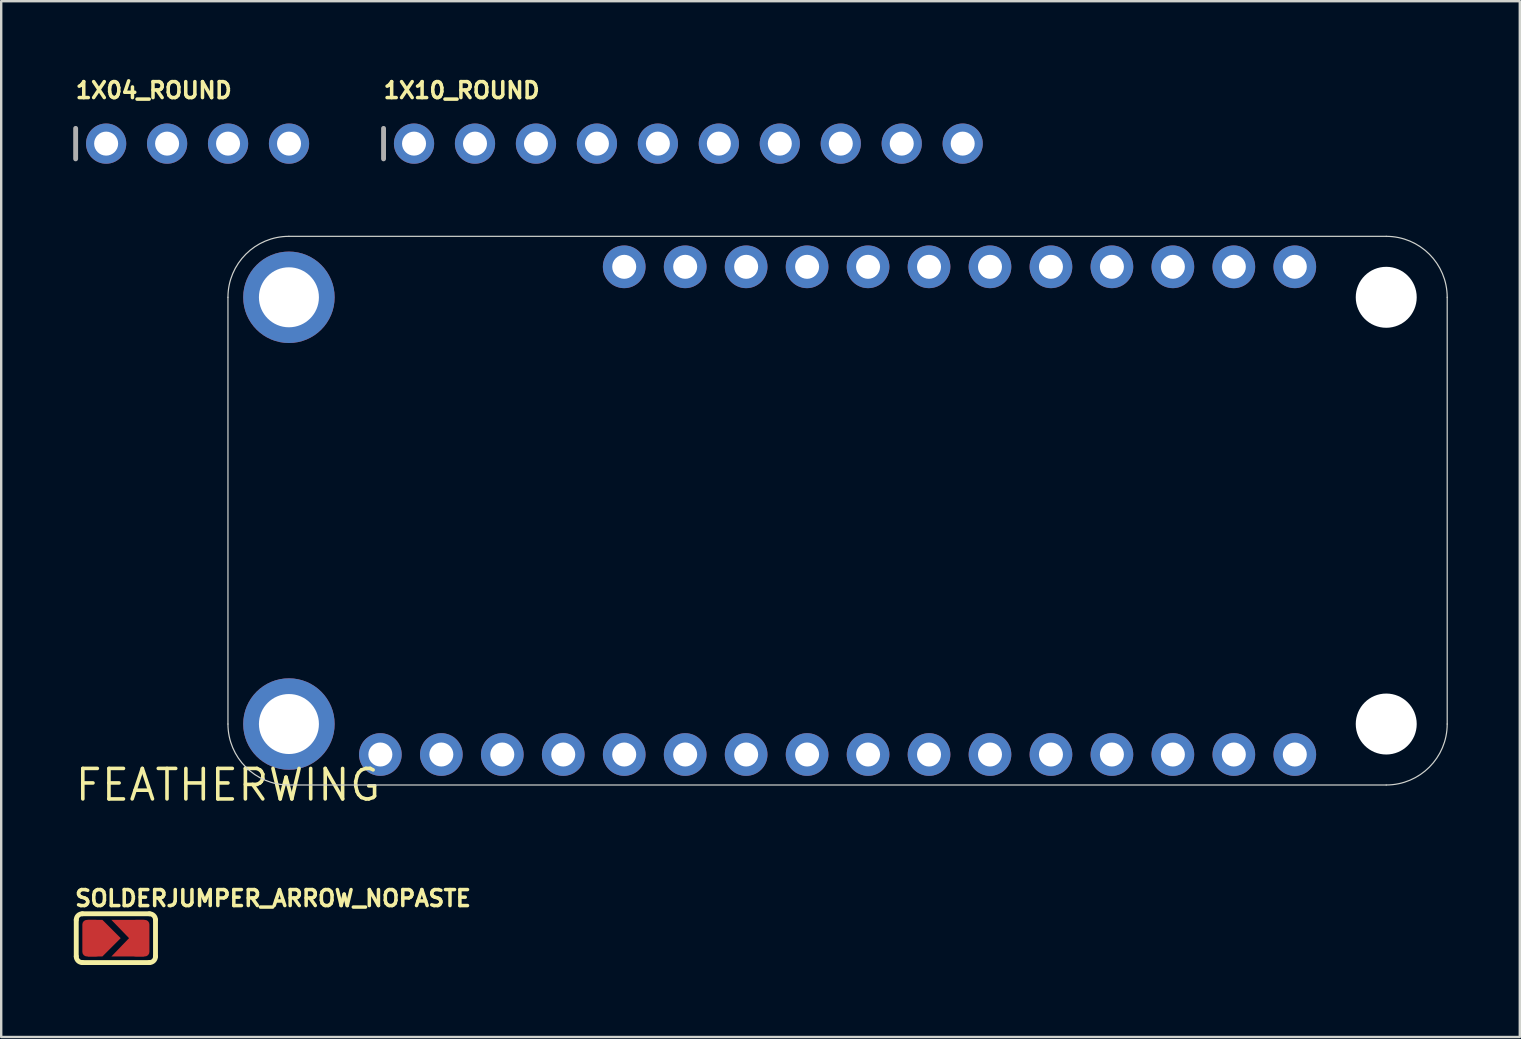
<source format=kicad_pcb>
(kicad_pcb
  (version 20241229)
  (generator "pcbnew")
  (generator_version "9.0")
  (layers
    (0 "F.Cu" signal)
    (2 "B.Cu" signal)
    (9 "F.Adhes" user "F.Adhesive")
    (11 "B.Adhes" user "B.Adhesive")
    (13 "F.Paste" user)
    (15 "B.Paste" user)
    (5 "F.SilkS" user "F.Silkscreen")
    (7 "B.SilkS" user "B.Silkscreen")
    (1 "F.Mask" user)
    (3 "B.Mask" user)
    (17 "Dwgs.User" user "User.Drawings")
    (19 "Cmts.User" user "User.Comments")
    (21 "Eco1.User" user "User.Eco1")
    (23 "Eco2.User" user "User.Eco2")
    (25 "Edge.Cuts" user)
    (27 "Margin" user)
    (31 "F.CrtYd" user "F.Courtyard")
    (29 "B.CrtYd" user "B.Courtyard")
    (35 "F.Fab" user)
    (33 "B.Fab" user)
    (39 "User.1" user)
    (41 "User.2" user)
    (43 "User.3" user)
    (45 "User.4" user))
  (footprint "FEATHERWING"
    (layer "F.Cu")
    (at 6.448 29.657)
    (property "Reference" "FEATHERWING" (at 0 0 0) (layer "F.SilkS") (effects (font (size 1.27 1.27) (thickness 0.15))))
    (fp_line (start 0 -20.32) (end 0 -2.54) (stroke (width 0.05) (type solid)) (layer "Edge.Cuts"))
    (fp_line (start 2.54 0) (end 48.26 0) (stroke (width 0.05) (type solid)) (layer "Edge.Cuts"))
    (fp_line (start 48.26 -22.86) (end 2.54 -22.86) (stroke (width 0.05) (type solid)) (layer "Edge.Cuts"))
    (fp_line (start 50.8 -2.54) (end 50.8 -20.32) (stroke (width 0.05) (type solid)) (layer "Edge.Cuts"))
    (fp_arc (start 0 -20.32) (mid 0.743949 -22.116051) (end 2.54 -22.86) (stroke (width 0.05) (type solid)) (layer "Edge.Cuts"))
    (fp_arc (start 2.54 0) (mid 0.743949 -0.743949) (end 0 -2.54) (stroke (width 0.05) (type solid)) (layer "Edge.Cuts"))
    (fp_arc (start 48.26 -22.86) (mid 50.056051 -22.116051) (end 50.8 -20.32) (stroke (width 0.05) (type solid)) (layer "Edge.Cuts"))
    (fp_arc (start 50.8 -2.54) (mid 50.056051 -0.743949) (end 48.26 0) (stroke (width 0.05) (type solid)) (layer "Edge.Cuts"))
    (pad "" np_thru_hole circle (at 48.26 -20.32) (size 2.54 2.54) (drill 2.54) (layers "*.Cu" "*.Mask"))
    (pad "" np_thru_hole circle (at 48.26 -2.54) (size 2.54 2.54) (drill 2.54) (layers "*.Cu" "*.Mask"))
    (pad "1" thru_hole circle (at 6.35 -1.27) (size 1.778 1.778) (drill 1) (layers "*.Cu" "*.Mask"))
    (pad "2" thru_hole circle (at 8.89 -1.27) (size 1.778 1.778) (drill 1) (layers "*.Cu" "*.Mask"))
    (pad "3" thru_hole circle (at 11.43 -1.27) (size 1.778 1.778) (drill 1) (layers "*.Cu" "*.Mask"))
    (pad "4" thru_hole circle (at 13.97 -1.27) (size 1.778 1.778) (drill 1) (layers "*.Cu" "*.Mask"))
    (pad "5" thru_hole circle (at 16.51 -1.27) (size 1.778 1.778) (drill 1) (layers "*.Cu" "*.Mask"))
    (pad "6" thru_hole circle (at 19.05 -1.27) (size 1.778 1.778) (drill 1) (layers "*.Cu" "*.Mask"))
    (pad "7" thru_hole circle (at 21.59 -1.27) (size 1.778 1.778) (drill 1) (layers "*.Cu" "*.Mask"))
    (pad "8" thru_hole circle (at 24.13 -1.27) (size 1.778 1.778) (drill 1) (layers "*.Cu" "*.Mask"))
    (pad "9" thru_hole circle (at 26.67 -1.27) (size 1.778 1.778) (drill 1) (layers "*.Cu" "*.Mask"))
    (pad "10" thru_hole circle (at 29.21 -1.27) (size 1.778 1.778) (drill 1) (layers "*.Cu" "*.Mask"))
    (pad "11" thru_hole circle (at 31.75 -1.27) (size 1.778 1.778) (drill 1) (layers "*.Cu" "*.Mask"))
    (pad "12" thru_hole circle (at 34.29 -1.27) (size 1.778 1.778) (drill 1) (layers "*.Cu" "*.Mask"))
    (pad "13" thru_hole circle (at 36.83 -1.27) (size 1.778 1.778) (drill 1) (layers "*.Cu" "*.Mask"))
    (pad "14" thru_hole circle (at 39.37 -1.27) (size 1.778 1.778) (drill 1) (layers "*.Cu" "*.Mask"))
    (pad "15" thru_hole circle (at 41.91 -1.27) (size 1.778 1.778) (drill 1) (layers "*.Cu" "*.Mask"))
    (pad "16" thru_hole circle (at 44.45 -1.27) (size 1.778 1.778) (drill 1) (layers "*.Cu" "*.Mask"))
    (pad "17" thru_hole circle (at 44.45 -21.59) (size 1.778 1.778) (drill 1) (layers "*.Cu" "*.Mask"))
    (pad "18" thru_hole circle (at 41.91 -21.59) (size 1.778 1.778) (drill 1) (layers "*.Cu" "*.Mask"))
    (pad "19" thru_hole circle (at 39.37 -21.59) (size 1.778 1.778) (drill 1) (layers "*.Cu" "*.Mask"))
    (pad "20" thru_hole circle (at 36.83 -21.59) (size 1.778 1.778) (drill 1) (layers "*.Cu" "*.Mask"))
    (pad "21" thru_hole circle (at 34.29 -21.59) (size 1.778 1.778) (drill 1) (layers "*.Cu" "*.Mask"))
    (pad "22" thru_hole circle (at 31.75 -21.59) (size 1.778 1.778) (drill 1) (layers "*.Cu" "*.Mask"))
    (pad "23" thru_hole circle (at 29.21 -21.59) (size 1.778 1.778) (drill 1) (layers "*.Cu" "*.Mask"))
    (pad "24" thru_hole circle (at 26.67 -21.59) (size 1.778 1.778) (drill 1) (layers "*.Cu" "*.Mask"))
    (pad "25" thru_hole circle (at 24.13 -21.59) (size 1.778 1.778) (drill 1) (layers "*.Cu" "*.Mask"))
    (pad "26" thru_hole circle (at 21.59 -21.59) (size 1.778 1.778) (drill 1) (layers "*.Cu" "*.Mask"))
    (pad "27" thru_hole circle (at 19.05 -21.59) (size 1.778 1.778) (drill 1) (layers "*.Cu" "*.Mask"))
    (pad "28" thru_hole circle (at 16.51 -21.59) (size 1.778 1.778) (drill 1) (layers "*.Cu" "*.Mask"))
    (pad "P$1" thru_hole circle (at 2.54 -20.32) (size 3.81 3.81) (drill 2.5) (layers "*.Cu" "*.Mask"))
    (pad "P$2" thru_hole circle (at 2.54 -2.54) (size 3.81 3.81) (drill 2.5) (layers "*.Cu" "*.Mask")))
  (footprint "1X04_ROUND"
    (layer "F.Cu")
    (at 5.182 2.934)
    (property "Reference" "1X04_ROUND" (at -5.156 -1.829 0) (unlocked yes) (layer "F.SilkS") (effects (font (size 0.666 0.666) (thickness 0.146)) (justify left bottom)))
    (fp_line (start -5.08 -0.635) (end -5.08 0.635) (stroke (width 0.203) (type solid)) (layer "F.Fab"))
    (fp_poly (pts (xy -4.064 0.254) (xy -3.556 0.254) (xy -3.556 -0.254) (xy -4.064 -0.254)) (stroke (width 0.1) (type default)) (fill no) (layer "F.Fab"))
    (fp_poly (pts (xy -1.524 0.254) (xy -1.016 0.254) (xy -1.016 -0.254) (xy -1.524 -0.254)) (stroke (width 0.1) (type default)) (fill no) (layer "F.Fab"))
    (fp_poly (pts (xy 1.016 0.254) (xy 1.524 0.254) (xy 1.524 -0.254) (xy 1.016 -0.254)) (stroke (width 0.1) (type default)) (fill no) (layer "F.Fab"))
    (fp_poly (pts (xy 3.556 0.254) (xy 4.064 0.254) (xy 4.064 -0.254) (xy 3.556 -0.254)) (stroke (width 0.1) (type default)) (fill no) (layer "F.Fab"))
    (pad "1" thru_hole circle (at -3.81 0 90) (size 1.676 1.676) (drill 1) (layers "*.Cu" "*.Mask"))
    (pad "2" thru_hole circle (at -1.27 0 90) (size 1.676 1.676) (drill 1) (layers "*.Cu" "*.Mask"))
    (pad "3" thru_hole circle (at 1.27 0 90) (size 1.676 1.676) (drill 1) (layers "*.Cu" "*.Mask"))
    (pad "4" thru_hole circle (at 3.81 0 90) (size 1.676 1.676) (drill 1) (layers "*.Cu" "*.Mask")))
  (footprint "1X10_ROUND"
    (layer "F.Cu")
    (at 25.631 2.934)
    (property "Reference" "1X10_ROUND" (at -12.776 -1.829 0) (unlocked yes) (layer "F.SilkS") (effects (font (size 0.666 0.666) (thickness 0.146)) (justify left bottom)))
    (fp_line (start -12.7 -0.635) (end -12.7 0.635) (stroke (width 0.203) (type solid)) (layer "F.Fab"))
    (fp_poly (pts (xy -11.684 0.254) (xy -11.176 0.254) (xy -11.176 -0.254) (xy -11.684 -0.254)) (stroke (width 0.1) (type default)) (fill no) (layer "F.Fab"))
    (fp_poly (pts (xy -9.144 0.254) (xy -8.636 0.254) (xy -8.636 -0.254) (xy -9.144 -0.254)) (stroke (width 0.1) (type default)) (fill no) (layer "F.Fab"))
    (fp_poly (pts (xy -6.604 0.254) (xy -6.096 0.254) (xy -6.096 -0.254) (xy -6.604 -0.254)) (stroke (width 0.1) (type default)) (fill no) (layer "F.Fab"))
    (fp_poly (pts (xy -4.064 0.254) (xy -3.556 0.254) (xy -3.556 -0.254) (xy -4.064 -0.254)) (stroke (width 0.1) (type default)) (fill no) (layer "F.Fab"))
    (fp_poly (pts (xy -1.524 0.254) (xy -1.016 0.254) (xy -1.016 -0.254) (xy -1.524 -0.254)) (stroke (width 0.1) (type default)) (fill no) (layer "F.Fab"))
    (fp_poly (pts (xy 1.016 0.254) (xy 1.524 0.254) (xy 1.524 -0.254) (xy 1.016 -0.254)) (stroke (width 0.1) (type default)) (fill no) (layer "F.Fab"))
    (fp_poly (pts (xy 3.556 0.254) (xy 4.064 0.254) (xy 4.064 -0.254) (xy 3.556 -0.254)) (stroke (width 0.1) (type default)) (fill no) (layer "F.Fab"))
    (fp_poly (pts (xy 6.096 0.254) (xy 6.604 0.254) (xy 6.604 -0.254) (xy 6.096 -0.254)) (stroke (width 0.1) (type default)) (fill no) (layer "F.Fab"))
    (fp_poly (pts (xy 8.636 0.254) (xy 9.144 0.254) (xy 9.144 -0.254) (xy 8.636 -0.254)) (stroke (width 0.1) (type default)) (fill no) (layer "F.Fab"))
    (fp_poly (pts (xy 11.176 0.254) (xy 11.684 0.254) (xy 11.684 -0.254) (xy 11.176 -0.254)) (stroke (width 0.1) (type default)) (fill no) (layer "F.Fab"))
    (pad "1" thru_hole circle (at -11.43 0 90) (size 1.676 1.676) (drill 1) (layers "*.Cu" "*.Mask"))
    (pad "2" thru_hole circle (at -8.89 0 90) (size 1.676 1.676) (drill 1) (layers "*.Cu" "*.Mask"))
    (pad "3" thru_hole circle (at -6.35 0 90) (size 1.676 1.676) (drill 1) (layers "*.Cu" "*.Mask"))
    (pad "4" thru_hole circle (at -3.81 0 90) (size 1.676 1.676) (drill 1) (layers "*.Cu" "*.Mask"))
    (pad "5" thru_hole circle (at -1.27 0 90) (size 1.676 1.676) (drill 1) (layers "*.Cu" "*.Mask"))
    (pad "6" thru_hole circle (at 1.27 0 90) (size 1.676 1.676) (drill 1) (layers "*.Cu" "*.Mask"))
    (pad "7" thru_hole circle (at 3.81 0 90) (size 1.676 1.676) (drill 1) (layers "*.Cu" "*.Mask"))
    (pad "8" thru_hole circle (at 6.35 0 90) (size 1.676 1.676) (drill 1) (layers "*.Cu" "*.Mask"))
    (pad "9" thru_hole circle (at 8.89 0 90) (size 1.676 1.676) (drill 1) (layers "*.Cu" "*.Mask"))
    (pad "10" thru_hole circle (at 11.43 0 90) (size 1.676 1.676) (drill 1) (layers "*.Cu" "*.Mask")))
  (footprint "SOLDERJUMPER_ARROW_NOPASTE"
    (layer "F.Cu")
    (at 1.778 36.039)
    (property "Reference" "SOLDERJUMPER_ARROW_NOPASTE" (at -1.778 -1.27 0) (unlocked yes) (layer "F.SilkS") (effects (font (size 0.666 0.666) (thickness 0.146)) (justify left bottom)))
    (fp_poly (pts (xy 0.201 0) (xy -0.561 0.762) (xy -1.168 0.762) (xy -1.168 -0.762) (xy -0.561 -0.762)) (stroke (width 0) (type default)) (fill yes) (layer "F.Cu"))
    (fp_poly (pts (xy 1.168 0.762) (xy -0.187 0.762) (xy 0.549 0) (xy -0.187 -0.762) (xy 1.168 -0.762)) (stroke (width 0) (type default)) (fill yes) (layer "F.Cu"))
    (fp_poly (pts (xy -1.46 0.826) (xy 1.46 0.826) (xy 1.46 -0.826) (xy -1.46 -0.826)) (stroke (width 0) (type default)) (fill yes) (layer "F.Mask"))
    (fp_line (start -1.651 0.762) (end -1.651 -0.762) (stroke (width 0.203) (type solid)) (layer "F.SilkS"))
    (fp_line (start -1.397 -1.016) (end 1.397 -1.016) (stroke (width 0.203) (type solid)) (layer "F.SilkS"))
    (fp_line (start 1.397 1.016) (end -1.397 1.016) (stroke (width 0.203) (type solid)) (layer "F.SilkS"))
    (fp_line (start 1.651 0.762) (end 1.651 -0.762) (stroke (width 0.203) (type solid)) (layer "F.SilkS"))
    (fp_arc (start -1.651 -0.762) (mid -1.576605 -0.941605) (end -1.397 -1.016) (stroke (width 0.2032) (type solid)) (layer "F.SilkS"))
    (fp_arc (start -1.397 1.016) (mid -1.576605 0.941605) (end -1.651 0.762) (stroke (width 0.2032) (type solid)) (layer "F.SilkS"))
    (fp_arc (start 1.397 -1.016) (mid 1.576605 -0.941605) (end 1.651 -0.762) (stroke (width 0.2032) (type solid)) (layer "F.SilkS"))
    (fp_arc (start 1.651 0.762) (mid 1.576605 0.941605) (end 1.397 1.016) (stroke (width 0.2032) (type solid)) (layer "F.SilkS"))
    (pad "1" smd roundrect (at -1.016 0) (size 0.762 1.524) (layers "F.Cu") (roundrect_rratio 0.25))
    (pad "2" smd roundrect (at 1.016 0) (size 0.762 1.524) (layers "F.Cu") (roundrect_rratio 0.25)))
  (gr_rect
    (start -3 -3)
    (end 60.273 40.157)
    (stroke (width 0.1) (type default))
    (fill no)
    (layer "Edge.Cuts")))
</source>
